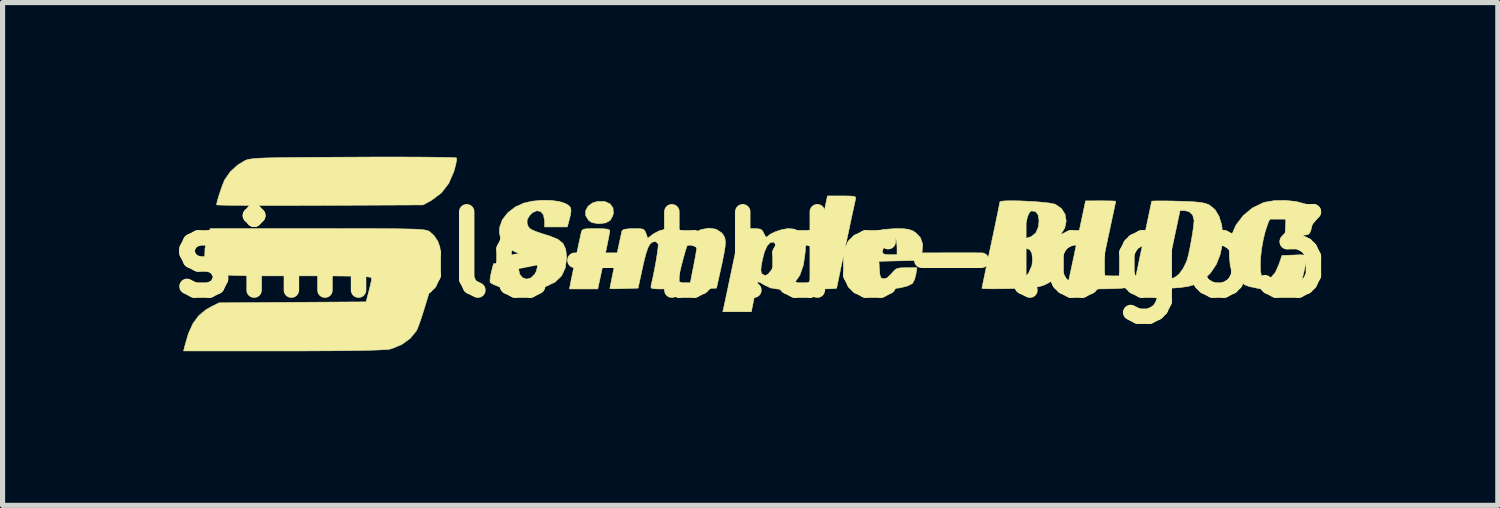
<source format=kicad_pcb>
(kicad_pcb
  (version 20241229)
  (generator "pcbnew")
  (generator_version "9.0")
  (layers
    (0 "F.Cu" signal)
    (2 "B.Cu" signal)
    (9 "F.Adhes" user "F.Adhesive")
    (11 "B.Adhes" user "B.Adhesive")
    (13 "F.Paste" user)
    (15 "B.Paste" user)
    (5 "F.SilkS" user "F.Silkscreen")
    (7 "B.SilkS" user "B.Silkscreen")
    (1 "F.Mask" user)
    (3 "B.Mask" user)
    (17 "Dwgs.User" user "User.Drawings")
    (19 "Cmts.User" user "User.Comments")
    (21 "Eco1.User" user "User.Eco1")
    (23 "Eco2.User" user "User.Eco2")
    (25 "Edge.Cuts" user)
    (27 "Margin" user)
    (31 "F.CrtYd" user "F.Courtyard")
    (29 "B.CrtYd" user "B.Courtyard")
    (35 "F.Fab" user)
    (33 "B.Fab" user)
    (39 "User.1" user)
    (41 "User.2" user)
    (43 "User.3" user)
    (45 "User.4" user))
  (footprint "simple-bldc-logo3"
    (layer "F.Cu")
    (at 11.546 1.905)
    (property "Reference" "simple-bldc-logo3" (at 0 0 0) (layer "F.SilkS") (effects (font (size 1.524 1.524) (thickness 0.3))))
    (attr through_hole)
    (fp_poly (pts (xy -2.828 -1.034) (xy -2.727 -0.989) (xy -2.669 -0.909) (xy -2.662 -0.802) (xy -2.675 -0.754) (xy -2.725 -0.667) (xy -2.81 -0.619) (xy -2.939 -0.603) (xy -2.951 -0.603) (xy -3.078 -0.624) (xy -3.143 -0.667) (xy -3.2 -0.759) (xy -3.201 -0.856) (xy -3.154 -0.943) (xy -3.064 -1.009) (xy -2.965 -1.037) (xy -2.828 -1.034)) (stroke (width 0.01) (type solid)) (fill yes) (layer "F.SilkS"))
    (fp_poly (pts (xy -2.857 -0.505) (xy -2.77 -0.495) (xy -2.733 -0.477) (xy -2.73 -0.468) (xy -2.737 -0.426) (xy -2.754 -0.332) (xy -2.781 -0.197) (xy -2.815 -0.034) (xy -2.848 0.119) (xy -2.965 0.667) (xy -3.516 0.667) (xy -3.491 0.532) (xy -3.474 0.45) (xy -3.448 0.323) (xy -3.415 0.167) (xy -3.38 -0.001) (xy -3.345 -0.165) (xy -3.314 -0.307) (xy -3.292 -0.411) (xy -3.286 -0.437) (xy -3.273 -0.471) (xy -3.247 -0.493) (xy -3.194 -0.503) (xy -3.1 -0.507) (xy -3 -0.508) (xy -2.857 -0.505)) (stroke (width 0.01) (type solid)) (fill yes) (layer "F.SilkS"))
    (fp_poly (pts (xy 4.365 0.04) (xy 4.342 0.123) (xy 4.329 0.167) (xy 4.316 0.19) (xy 4.286 0.205) (xy 4.229 0.215) (xy 4.133 0.22) (xy 3.989 0.222) (xy 3.903 0.222) (xy 3.734 0.221) (xy 3.619 0.218) (xy 3.547 0.211) (xy 3.509 0.199) (xy 3.494 0.181) (xy 3.493 0.167) (xy 3.502 0.09) (xy 3.513 0.04) (xy 3.523 0.011) (xy 3.542 -0.009) (xy 3.582 -0.021) (xy 3.651 -0.028) (xy 3.762 -0.031) (xy 3.923 -0.032) (xy 3.959 -0.032) (xy 4.386 -0.032) (xy 4.365 0.04)) (stroke (width 0.01) (type solid)) (fill yes) (layer "F.SilkS"))
    (fp_poly (pts (xy 1.918 -1.142) (xy 2 -1.138) (xy 2.041 -1.127) (xy 2.053 -1.107) (xy 2.049 -1.073) (xy 2.048 -1.072) (xy 2.034 -1.009) (xy 2.01 -0.899) (xy 1.978 -0.752) (xy 1.941 -0.577) (xy 1.9 -0.384) (xy 1.857 -0.183) (xy 1.815 0.016) (xy 1.775 0.204) (xy 1.74 0.371) (xy 1.712 0.507) (xy 1.692 0.603) (xy 1.683 0.648) (xy 1.683 0.651) (xy 1.653 0.658) (xy 1.575 0.663) (xy 1.462 0.666) (xy 1.409 0.667) (xy 1.135 0.667) (xy 1.154 0.548) (xy 1.165 0.484) (xy 1.188 0.368) (xy 1.22 0.211) (xy 1.259 0.021) (xy 1.303 -0.191) (xy 1.338 -0.357) (xy 1.503 -1.143) (xy 1.784 -1.143) (xy 1.918 -1.142)) (stroke (width 0.01) (type solid)) (fill yes) (layer "F.SilkS"))
    (fp_poly (pts (xy 6.946 -1.047) (xy 7.046 -1.045) (xy 7.103 -1.042) (xy 7.112 -1.04) (xy 7.106 -1.007) (xy 7.088 -0.922) (xy 7.061 -0.794) (xy 7.026 -0.63) (xy 6.986 -0.441) (xy 6.969 -0.365) (xy 6.927 -0.165) (xy 6.89 0.017) (xy 6.859 0.169) (xy 6.838 0.283) (xy 6.827 0.348) (xy 6.826 0.357) (xy 6.834 0.385) (xy 6.865 0.402) (xy 6.932 0.41) (xy 7.046 0.413) (xy 7.084 0.413) (xy 7.342 0.413) (xy 7.322 0.512) (xy 7.308 0.59) (xy 7.303 0.639) (xy 7.303 0.639) (xy 7.272 0.648) (xy 7.189 0.656) (xy 7.062 0.662) (xy 6.901 0.665) (xy 6.728 0.667) (xy 6.515 0.666) (xy 6.36 0.663) (xy 6.254 0.657) (xy 6.192 0.648) (xy 6.168 0.635) (xy 6.167 0.627) (xy 6.177 0.586) (xy 6.199 0.492) (xy 6.229 0.353) (xy 6.267 0.178) (xy 6.31 -0.025) (xy 6.353 -0.23) (xy 6.525 -1.047) (xy 6.818 -1.048) (xy 6.946 -1.047)) (stroke (width 0.01) (type solid)) (fill yes) (layer "F.SilkS"))
    (fp_poly (pts (xy -6.733 -1.9) (xy -6.457 -1.899) (xy -6.217 -1.897) (xy -6.017 -1.894) (xy -5.863 -1.891) (xy -5.761 -1.888) (xy -5.716 -1.883) (xy -5.714 -1.883) (xy -5.712 -1.842) (xy -5.728 -1.758) (xy -5.757 -1.647) (xy -5.765 -1.619) (xy -5.865 -1.388) (xy -6.009 -1.202) (xy -6.2 -1.058) (xy -6.232 -1.04) (xy -6.366 -0.968) (xy -8.374 -0.959) (xy -8.725 -0.958) (xy -9.056 -0.957) (xy -9.362 -0.957) (xy -9.638 -0.958) (xy -9.879 -0.959) (xy -10.079 -0.961) (xy -10.233 -0.963) (xy -10.335 -0.966) (xy -10.38 -0.969) (xy -10.382 -0.97) (xy -10.372 -1.027) (xy -10.345 -1.123) (xy -10.308 -1.237) (xy -10.269 -1.349) (xy -10.233 -1.438) (xy -10.222 -1.46) (xy -10.117 -1.611) (xy -9.972 -1.745) (xy -9.827 -1.832) (xy -9.797 -1.844) (xy -9.761 -1.854) (xy -9.713 -1.862) (xy -9.648 -1.87) (xy -9.562 -1.876) (xy -9.45 -1.881) (xy -9.306 -1.885) (xy -9.126 -1.888) (xy -8.905 -1.891) (xy -8.638 -1.893) (xy -8.32 -1.895) (xy -7.947 -1.897) (xy -7.718 -1.898) (xy -7.369 -1.9) (xy -7.039 -1.9) (xy -6.733 -1.9)) (stroke (width 0.01) (type solid)) (fill yes) (layer "F.SilkS"))
    (fp_poly (pts (xy 2.983 -0.505) (xy 3.079 -0.493) (xy 3.152 -0.469) (xy 3.21 -0.435) (xy 3.311 -0.334) (xy 3.356 -0.204) (xy 3.345 -0.057) (xy 3.33 -0.01) (xy 3.284 0.111) (xy 2.894 0.12) (xy 2.505 0.129) (xy 2.515 0.295) (xy 2.524 0.394) (xy 2.542 0.446) (xy 2.577 0.467) (xy 2.593 0.47) (xy 2.662 0.453) (xy 2.74 0.381) (xy 2.751 0.367) (xy 2.805 0.305) (xy 2.854 0.271) (xy 2.92 0.257) (xy 3.026 0.254) (xy 3.043 0.254) (xy 3.244 0.254) (xy 3.223 0.389) (xy 3.198 0.483) (xy 3.162 0.552) (xy 3.15 0.564) (xy 3.052 0.612) (xy 2.911 0.646) (xy 2.744 0.665) (xy 2.569 0.67) (xy 2.406 0.658) (xy 2.272 0.629) (xy 2.222 0.608) (xy 2.085 0.503) (xy 2 0.364) (xy 1.971 0.193) (xy 1.971 0.178) (xy 1.998 -0.036) (xy 2.004 -0.049) (xy 2.572 -0.049) (xy 2.589 -0.017) (xy 2.648 -0.002) (xy 2.715 0) (xy 2.857 0) (xy 2.857 -0.156) (xy 2.848 -0.268) (xy 2.816 -0.324) (xy 2.759 -0.328) (xy 2.723 -0.312) (xy 2.665 -0.259) (xy 2.611 -0.173) (xy 2.576 -0.083) (xy 2.572 -0.049) (xy 2.004 -0.049) (xy 2.073 -0.209) (xy 2.197 -0.343) (xy 2.369 -0.437) (xy 2.591 -0.491) (xy 2.843 -0.508) (xy 2.983 -0.505)) (stroke (width 0.01) (type solid)) (fill yes) (layer "F.SilkS"))
    (fp_poly (pts (xy 10.621 -1.034) (xy 10.8 -0.987) (xy 10.803 -0.986) (xy 10.904 -0.944) (xy 10.96 -0.904) (xy 10.981 -0.848) (xy 10.972 -0.76) (xy 10.953 -0.667) (xy 10.924 -0.533) (xy 10.901 -0.449) (xy 10.872 -0.403) (xy 10.825 -0.384) (xy 10.747 -0.38) (xy 10.649 -0.381) (xy 10.408 -0.381) (xy 10.415 -0.548) (xy 10.42 -0.69) (xy 10.418 -0.78) (xy 10.405 -0.83) (xy 10.378 -0.852) (xy 10.334 -0.857) (xy 10.324 -0.857) (xy 10.232 -0.834) (xy 10.154 -0.763) (xy 10.085 -0.64) (xy 10.023 -0.46) (xy 9.984 -0.302) (xy 9.952 -0.126) (xy 9.932 0.046) (xy 9.925 0.202) (xy 9.93 0.33) (xy 9.949 0.416) (xy 9.97 0.445) (xy 10.058 0.47) (xy 10.142 0.435) (xy 10.22 0.341) (xy 10.286 0.193) (xy 10.287 0.19) (xy 10.346 0.016) (xy 10.586 0.007) (xy 10.705 0.002) (xy 10.779 0.008) (xy 10.816 0.035) (xy 10.823 0.093) (xy 10.805 0.194) (xy 10.777 0.317) (xy 10.727 0.535) (xy 10.533 0.601) (xy 10.328 0.65) (xy 10.109 0.669) (xy 9.895 0.659) (xy 9.707 0.619) (xy 9.636 0.592) (xy 9.493 0.502) (xy 9.396 0.383) (xy 9.341 0.226) (xy 9.322 0.024) (xy 9.322 0) (xy 9.328 -0.138) (xy 9.342 -0.271) (xy 9.36 -0.367) (xy 9.451 -0.575) (xy 9.592 -0.76) (xy 9.77 -0.908) (xy 9.975 -1.008) (xy 10.017 -1.021) (xy 10.2 -1.052) (xy 10.411 -1.056) (xy 10.621 -1.034)) (stroke (width 0.01) (type solid)) (fill yes) (layer "F.SilkS"))
    (fp_poly (pts (xy 8.048 -1.046) (xy 8.204 -1.044) (xy 8.311 -1.041) (xy 8.513 -1.035) (xy 8.664 -1.026) (xy 8.773 -1.014) (xy 8.853 -0.998) (xy 8.915 -0.975) (xy 8.93 -0.969) (xy 9.042 -0.879) (xy 9.123 -0.745) (xy 9.174 -0.578) (xy 9.195 -0.39) (xy 9.184 -0.192) (xy 9.142 0.004) (xy 9.069 0.188) (xy 8.964 0.346) (xy 8.955 0.356) (xy 8.86 0.453) (xy 8.762 0.527) (xy 8.65 0.581) (xy 8.513 0.619) (xy 8.341 0.642) (xy 8.122 0.656) (xy 7.977 0.661) (xy 7.767 0.664) (xy 7.609 0.662) (xy 7.506 0.656) (xy 7.463 0.644) (xy 7.461 0.642) (xy 7.468 0.603) (xy 7.486 0.511) (xy 7.501 0.437) (xy 8.096 0.437) (xy 8.121 0.471) (xy 8.187 0.469) (xy 8.261 0.443) (xy 8.343 0.379) (xy 8.423 0.271) (xy 8.489 0.136) (xy 8.503 0.095) (xy 8.528 0.001) (xy 8.556 -0.132) (xy 8.585 -0.285) (xy 8.61 -0.437) (xy 8.628 -0.569) (xy 8.636 -0.661) (xy 8.636 -0.669) (xy 8.609 -0.773) (xy 8.537 -0.839) (xy 8.45 -0.857) (xy 8.363 -0.857) (xy 8.23 -0.23) (xy 8.189 -0.037) (xy 8.153 0.135) (xy 8.125 0.278) (xy 8.105 0.381) (xy 8.096 0.433) (xy 8.096 0.437) (xy 7.501 0.437) (xy 7.514 0.374) (xy 7.55 0.201) (xy 7.592 -0.001) (xy 7.636 -0.208) (xy 7.683 -0.427) (xy 7.724 -0.625) (xy 7.76 -0.793) (xy 7.787 -0.924) (xy 7.805 -1.009) (xy 7.811 -1.04) (xy 7.84 -1.044) (xy 7.923 -1.046) (xy 8.048 -1.046)) (stroke (width 0.01) (type solid)) (fill yes) (layer "F.SilkS"))
    (fp_poly (pts (xy -3.878 -1.056) (xy -3.713 -1.034) (xy -3.6 -0.997) (xy -3.531 -0.958) (xy -3.494 -0.914) (xy -3.486 -0.85) (xy -3.503 -0.75) (xy -3.526 -0.659) (xy -3.558 -0.54) (xy -4 -0.54) (xy -4 -0.663) (xy -4.022 -0.775) (xy -4.077 -0.841) (xy -4.154 -0.855) (xy -4.24 -0.815) (xy -4.297 -0.754) (xy -4.34 -0.678) (xy -4.34 -0.607) (xy -4.332 -0.581) (xy -4.314 -0.541) (xy -4.286 -0.508) (xy -4.237 -0.479) (xy -4.158 -0.446) (xy -4.036 -0.405) (xy -3.892 -0.36) (xy -3.74 -0.298) (xy -3.642 -0.218) (xy -3.589 -0.107) (xy -3.572 0.046) (xy -3.572 0.058) (xy -3.597 0.255) (xy -3.67 0.413) (xy -3.795 0.533) (xy -3.971 0.617) (xy -4.02 0.632) (xy -4.133 0.652) (xy -4.285 0.662) (xy -4.456 0.664) (xy -4.627 0.657) (xy -4.779 0.643) (xy -4.89 0.621) (xy -4.905 0.616) (xy -4.989 0.582) (xy -5.047 0.551) (xy -5.056 0.545) (xy -5.063 0.502) (xy -5.053 0.42) (xy -5.038 0.347) (xy -4.994 0.175) (xy -4.751 0.165) (xy -4.508 0.156) (xy -4.508 0.266) (xy -4.486 0.379) (xy -4.429 0.449) (xy -4.352 0.475) (xy -4.269 0.453) (xy -4.193 0.382) (xy -4.161 0.322) (xy -4.139 0.232) (xy -4.158 0.162) (xy -4.215 0.098) (xy -4.304 0.039) (xy -4.393 0.003) (xy -4.421 0) (xy -4.472 -0.013) (xy -4.557 -0.048) (xy -4.626 -0.081) (xy -4.768 -0.175) (xy -4.852 -0.292) (xy -4.881 -0.436) (xy -4.874 -0.535) (xy -4.822 -0.68) (xy -4.718 -0.814) (xy -4.572 -0.927) (xy -4.409 -1.002) (xy -4.247 -1.04) (xy -4.063 -1.058) (xy -3.878 -1.056)) (stroke (width 0.01) (type solid)) (fill yes) (layer "F.SilkS"))
    (fp_poly (pts (xy 0.13 -0.506) (xy 0.196 -0.497) (xy 0.233 -0.473) (xy 0.259 -0.428) (xy 0.267 -0.409) (xy 0.303 -0.346) (xy 0.33 -0.345) (xy 0.333 -0.349) (xy 0.39 -0.398) (xy 0.489 -0.446) (xy 0.607 -0.485) (xy 0.723 -0.506) (xy 0.757 -0.507) (xy 0.862 -0.497) (xy 0.943 -0.455) (xy 0.991 -0.411) (xy 1.039 -0.361) (xy 1.066 -0.316) (xy 1.078 -0.259) (xy 1.078 -0.172) (xy 1.071 -0.054) (xy 1.036 0.198) (xy 0.967 0.398) (xy 0.864 0.547) (xy 0.827 0.581) (xy 0.7 0.65) (xy 0.549 0.671) (xy 0.394 0.646) (xy 0.275 0.589) (xy 0.204 0.547) (xy 0.156 0.53) (xy 0.148 0.533) (xy 0.137 0.573) (xy 0.117 0.659) (xy 0.091 0.776) (xy 0.079 0.833) (xy 0.022 1.111) (xy -0.533 1.111) (xy -0.507 0.992) (xy -0.492 0.924) (xy -0.467 0.806) (xy -0.434 0.65) (xy -0.396 0.467) (xy -0.362 0.308) (xy 0.208 0.308) (xy 0.218 0.358) (xy 0.227 0.371) (xy 0.286 0.407) (xy 0.349 0.38) (xy 0.417 0.293) (xy 0.437 0.255) (xy 0.479 0.143) (xy 0.504 0.02) (xy 0.51 -0.096) (xy 0.497 -0.189) (xy 0.464 -0.241) (xy 0.458 -0.244) (xy 0.392 -0.238) (xy 0.331 -0.174) (xy 0.277 -0.053) (xy 0.239 0.091) (xy 0.214 0.223) (xy 0.208 0.308) (xy -0.362 0.308) (xy -0.354 0.269) (xy -0.351 0.254) (xy -0.31 0.06) (xy -0.273 -0.117) (xy -0.242 -0.265) (xy -0.219 -0.374) (xy -0.206 -0.433) (xy -0.206 -0.437) (xy -0.191 -0.475) (xy -0.159 -0.497) (xy -0.095 -0.506) (xy 0.018 -0.508) (xy 0.018 -0.508) (xy 0.13 -0.506)) (stroke (width 0.01) (type solid)) (fill yes) (layer "F.SilkS"))
    (fp_poly (pts (xy -8.42 -0.508) (xy -8.005 -0.508) (xy -7.647 -0.507) (xy -7.344 -0.507) (xy -7.09 -0.506) (xy -6.881 -0.504) (xy -6.712 -0.501) (xy -6.577 -0.498) (xy -6.473 -0.494) (xy -6.395 -0.488) (xy -6.337 -0.481) (xy -6.296 -0.473) (xy -6.266 -0.464) (xy -6.243 -0.452) (xy -6.236 -0.448) (xy -6.15 -0.37) (xy -6.078 -0.261) (xy -6.037 -0.147) (xy -6.032 -0.105) (xy -6.042 -0.038) (xy -6.067 0.078) (xy -6.106 0.233) (xy -6.155 0.414) (xy -6.21 0.61) (xy -6.268 0.811) (xy -6.327 1.004) (xy -6.382 1.18) (xy -6.431 1.326) (xy -6.471 1.432) (xy -6.492 1.478) (xy -6.615 1.629) (xy -6.782 1.749) (xy -6.977 1.829) (xy -7.021 1.84) (xy -7.092 1.847) (xy -7.224 1.854) (xy -7.416 1.86) (xy -7.665 1.865) (xy -7.971 1.869) (xy -8.331 1.871) (xy -8.743 1.873) (xy -9.101 1.873) (xy -11.024 1.873) (xy -11.003 1.786) (xy -10.931 1.536) (xy -10.842 1.34) (xy -10.73 1.188) (xy -10.589 1.071) (xy -10.486 1.012) (xy -10.335 0.937) (xy -8.904 0.927) (xy -7.474 0.918) (xy -7.42 0.716) (xy -7.392 0.604) (xy -7.372 0.511) (xy -7.366 0.463) (xy -7.371 0.451) (xy -7.389 0.441) (xy -7.426 0.433) (xy -7.487 0.427) (xy -7.577 0.422) (xy -7.702 0.418) (xy -7.866 0.416) (xy -8.075 0.414) (xy -8.335 0.413) (xy -8.651 0.413) (xy -8.828 0.413) (xy -9.182 0.413) (xy -9.478 0.412) (xy -9.722 0.41) (xy -9.92 0.407) (xy -10.077 0.402) (xy -10.199 0.394) (xy -10.291 0.383) (xy -10.36 0.369) (xy -10.412 0.35) (xy -10.451 0.327) (xy -10.484 0.298) (xy -10.516 0.264) (xy -10.52 0.26) (xy -10.581 0.154) (xy -10.612 0.019) (xy -10.608 -0.116) (xy -10.604 -0.137) (xy -10.578 -0.235) (xy -10.548 -0.35) (xy -10.542 -0.373) (xy -10.507 -0.508) (xy -8.42 -0.508)) (stroke (width 0.01) (type solid)) (fill yes) (layer "F.SilkS"))
    (fp_poly (pts (xy 5.231 -1.047) (xy 5.39 -1.04) (xy 5.549 -1.031) (xy 5.698 -1.018) (xy 5.823 -1.004) (xy 5.912 -0.987) (xy 5.94 -0.978) (xy 6.057 -0.897) (xy 6.127 -0.785) (xy 6.148 -0.654) (xy 6.12 -0.518) (xy 6.04 -0.388) (xy 6.003 -0.35) (xy 5.883 -0.238) (xy 5.971 -0.167) (xy 6.047 -0.067) (xy 6.079 0.061) (xy 6.071 0.201) (xy 6.024 0.337) (xy 5.939 0.453) (xy 5.886 0.497) (xy 5.804 0.549) (xy 5.727 0.588) (xy 5.644 0.616) (xy 5.542 0.635) (xy 5.411 0.647) (xy 5.237 0.655) (xy 5.056 0.66) (xy 4.878 0.663) (xy 4.724 0.664) (xy 4.604 0.663) (xy 4.529 0.66) (xy 4.508 0.655) (xy 4.515 0.621) (xy 4.533 0.533) (xy 4.552 0.442) (xy 5.15 0.442) (xy 5.166 0.468) (xy 5.201 0.474) (xy 5.246 0.47) (xy 5.336 0.442) (xy 5.411 0.366) (xy 5.42 0.352) (xy 5.481 0.213) (xy 5.493 0.097) (xy 5.481 -0.025) (xy 5.442 -0.096) (xy 5.368 -0.125) (xy 5.332 -0.127) (xy 5.29 -0.123) (xy 5.261 -0.104) (xy 5.239 -0.056) (xy 5.217 0.032) (xy 5.195 0.135) (xy 5.166 0.286) (xy 5.15 0.385) (xy 5.15 0.442) (xy 4.552 0.442) (xy 4.561 0.399) (xy 4.596 0.228) (xy 4.639 0.028) (xy 4.683 -0.181) (xy 4.717 -0.341) (xy 5.304 -0.341) (xy 5.327 -0.32) (xy 5.391 -0.325) (xy 5.472 -0.353) (xy 5.559 -0.426) (xy 5.609 -0.548) (xy 5.62 -0.664) (xy 5.602 -0.775) (xy 5.551 -0.84) (xy 5.473 -0.852) (xy 5.472 -0.852) (xy 5.436 -0.826) (xy 5.403 -0.757) (xy 5.368 -0.636) (xy 5.36 -0.603) (xy 5.334 -0.487) (xy 5.314 -0.395) (xy 5.304 -0.345) (xy 5.304 -0.341) (xy 4.717 -0.341) (xy 4.73 -0.401) (xy 4.772 -0.601) (xy 4.807 -0.772) (xy 4.835 -0.906) (xy 4.852 -0.994) (xy 4.858 -1.027) (xy 4.887 -1.04) (xy 4.968 -1.047) (xy 5.086 -1.049) (xy 5.231 -1.047)) (stroke (width 0.01) (type solid)) (fill yes) (layer "F.SilkS"))
    (fp_poly (pts (xy -0.662 -0.495) (xy -0.554 -0.424) (xy -0.554 -0.424) (xy -0.516 -0.375) (xy -0.492 -0.321) (xy -0.482 -0.252) (xy -0.488 -0.156) (xy -0.509 -0.025) (xy -0.545 0.154) (xy -0.567 0.254) (xy -0.655 0.651) (xy -0.915 0.66) (xy -1.047 0.663) (xy -1.128 0.658) (xy -1.167 0.644) (xy -1.175 0.625) (xy -1.169 0.578) (xy -1.152 0.482) (xy -1.128 0.352) (xy -1.097 0.2) (xy -1.096 0.192) (xy -1.067 0.041) (xy -1.045 -0.087) (xy -1.034 -0.18) (xy -1.033 -0.225) (xy -1.034 -0.226) (xy -1.083 -0.253) (xy -1.152 -0.242) (xy -1.215 -0.198) (xy -1.235 -0.154) (xy -1.264 -0.063) (xy -1.299 0.061) (xy -1.336 0.203) (xy -1.371 0.348) (xy -1.401 0.481) (xy -1.421 0.587) (xy -1.429 0.651) (xy -1.458 0.658) (xy -1.536 0.664) (xy -1.647 0.667) (xy -1.686 0.667) (xy -1.813 0.666) (xy -1.888 0.661) (xy -1.924 0.649) (xy -1.932 0.625) (xy -1.927 0.595) (xy -1.892 0.44) (xy -1.859 0.276) (xy -1.83 0.117) (xy -1.808 -0.023) (xy -1.793 -0.133) (xy -1.789 -0.199) (xy -1.79 -0.209) (xy -1.83 -0.249) (xy -1.85 -0.254) (xy -1.904 -0.244) (xy -1.949 -0.208) (xy -1.988 -0.137) (xy -2.027 -0.024) (xy -2.069 0.139) (xy -2.091 0.238) (xy -2.181 0.651) (xy -2.456 0.66) (xy -2.579 0.663) (xy -2.673 0.664) (xy -2.725 0.662) (xy -2.73 0.66) (xy -2.724 0.623) (xy -2.707 0.537) (xy -2.682 0.413) (xy -2.651 0.264) (xy -2.617 0.102) (xy -2.582 -0.061) (xy -2.55 -0.211) (xy -2.523 -0.337) (xy -2.503 -0.427) (xy -2.493 -0.468) (xy -2.493 -0.468) (xy -2.451 -0.493) (xy -2.347 -0.506) (xy -2.269 -0.508) (xy -2.157 -0.507) (xy -2.091 -0.498) (xy -2.056 -0.475) (xy -2.034 -0.432) (xy -2.027 -0.413) (xy -1.994 -0.319) (xy -1.883 -0.404) (xy -1.774 -0.463) (xy -1.642 -0.499) (xy -1.509 -0.509) (xy -1.396 -0.493) (xy -1.332 -0.459) (xy -1.285 -0.402) (xy -1.27 -0.362) (xy -1.246 -0.35) (xy -1.177 -0.379) (xy -1.119 -0.412) (xy -0.954 -0.489) (xy -0.798 -0.517) (xy -0.662 -0.495)) (stroke (width 0.01) (type solid)) (fill yes) (layer "F.SilkS")))
  (gr_rect
    (start -3 -3)
    (end 26.092 6.783)
    (stroke (width 0.1) (type default))
    (fill no)
    (layer "Edge.Cuts")))
</source>
